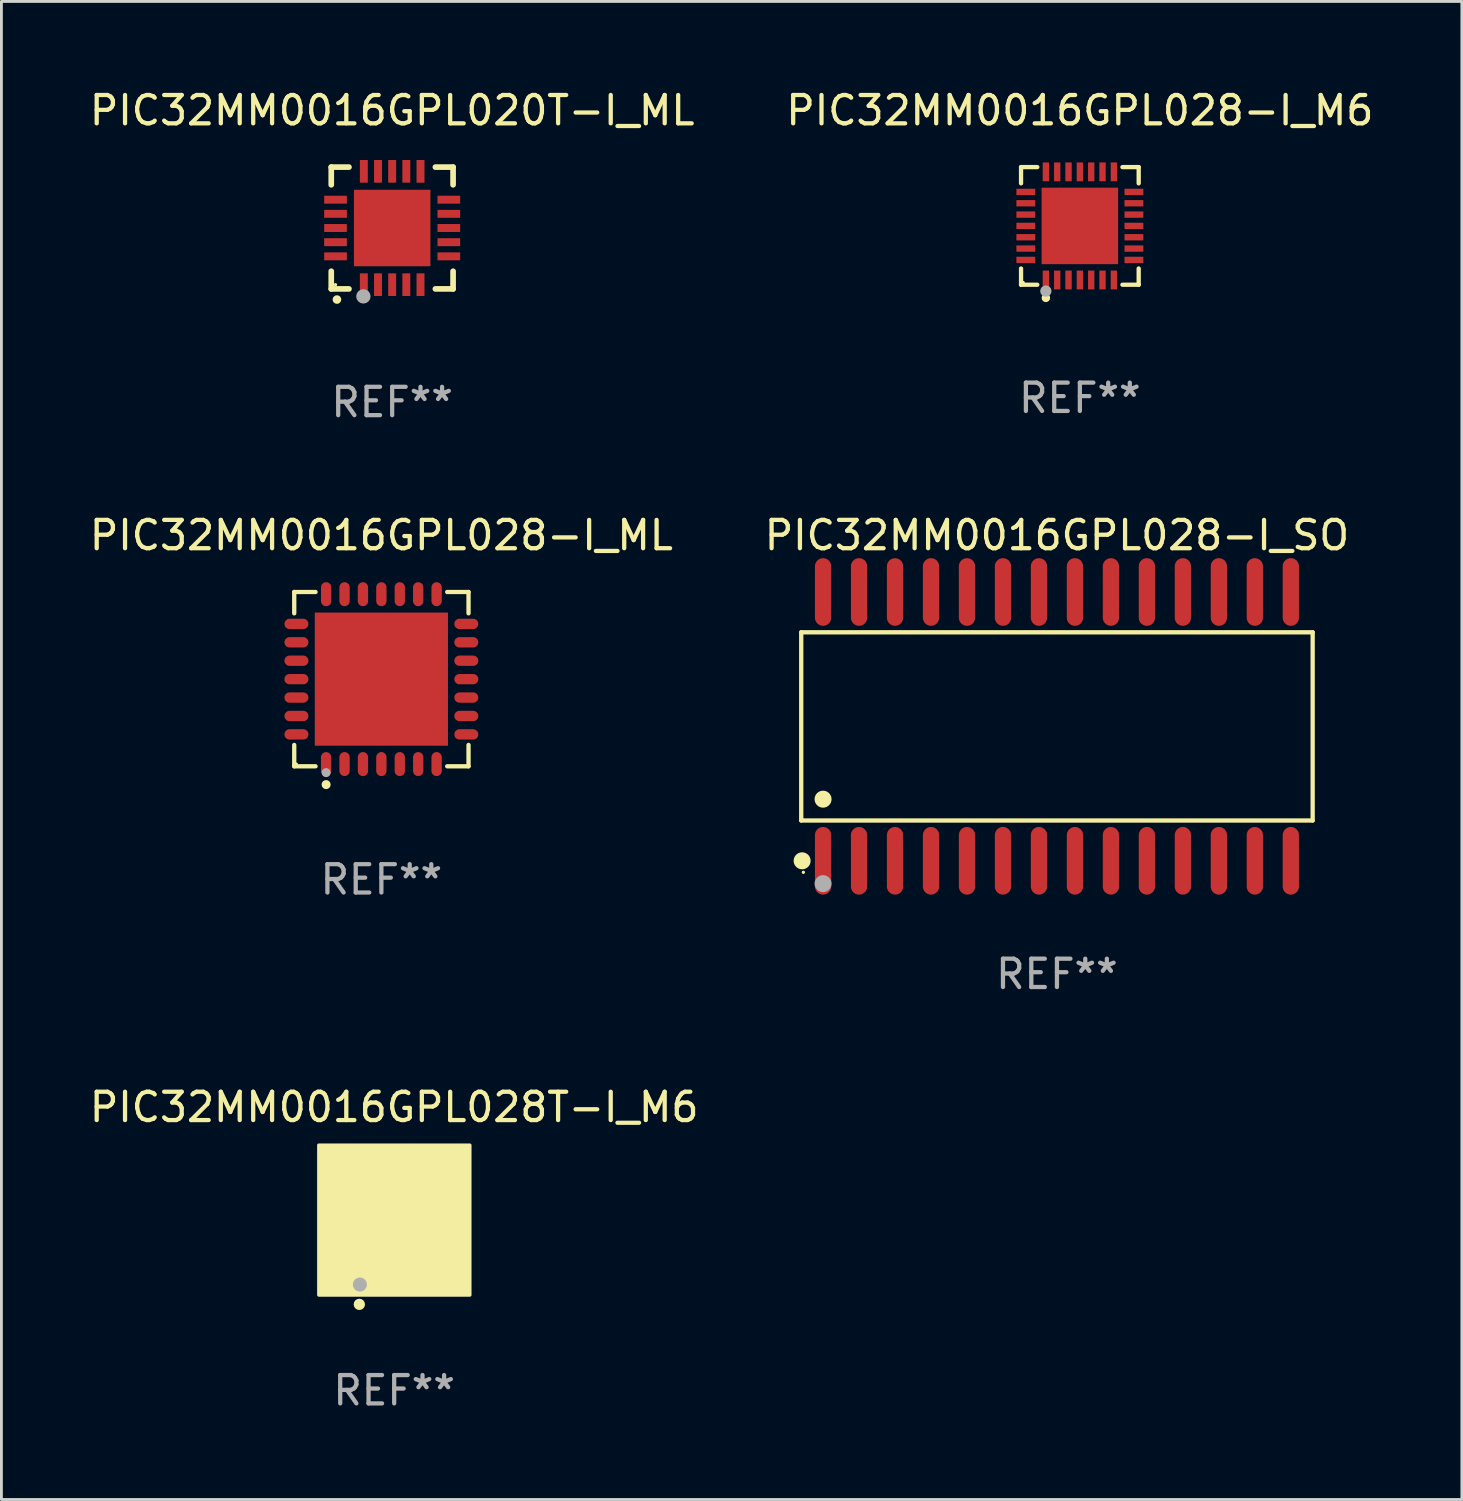
<source format=kicad_pcb>
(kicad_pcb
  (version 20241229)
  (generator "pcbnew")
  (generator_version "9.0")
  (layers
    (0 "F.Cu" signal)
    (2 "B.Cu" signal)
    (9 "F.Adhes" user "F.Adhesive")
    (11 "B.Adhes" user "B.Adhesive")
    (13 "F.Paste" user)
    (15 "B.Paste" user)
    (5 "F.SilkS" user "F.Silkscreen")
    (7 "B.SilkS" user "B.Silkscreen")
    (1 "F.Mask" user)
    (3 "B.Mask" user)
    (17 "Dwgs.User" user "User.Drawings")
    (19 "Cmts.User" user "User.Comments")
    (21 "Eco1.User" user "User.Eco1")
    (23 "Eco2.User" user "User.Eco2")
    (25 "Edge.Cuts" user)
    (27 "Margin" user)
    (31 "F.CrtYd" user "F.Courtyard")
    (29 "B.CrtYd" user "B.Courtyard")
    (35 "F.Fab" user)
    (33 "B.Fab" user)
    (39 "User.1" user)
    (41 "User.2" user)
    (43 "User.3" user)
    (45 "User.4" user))
  (footprint "PIC32MM0016GPL028-I_M6"
    (layer "F.Cu")
    (at 35.065 4.924)
    (property "Reference" "PIC32MM0016GPL028-I_M6" (at 0 -4.076 0) (layer "F.SilkS") (effects (font (size 1 1) (thickness 0.15))))
    (attr through_hole)
    (fp_line (start -2.076 -2.076) (end -1.503 -2.076) (stroke (width 0.152) (type solid)) (layer "F.SilkS"))
    (fp_line (start -2.076 -1.503) (end -2.076 -2.076) (stroke (width 0.152) (type solid)) (layer "F.SilkS"))
    (fp_line (start -2.076 1.503) (end -2.076 2.076) (stroke (width 0.152) (type solid)) (layer "F.SilkS"))
    (fp_line (start -2.076 2.076) (end -1.503 2.076) (stroke (width 0.152) (type solid)) (layer "F.SilkS"))
    (fp_line (start 2.076 -2.076) (end 1.503 -2.076) (stroke (width 0.152) (type solid)) (layer "F.SilkS"))
    (fp_line (start 2.076 -1.503) (end 2.076 -2.076) (stroke (width 0.152) (type solid)) (layer "F.SilkS"))
    (fp_line (start 2.076 1.503) (end 2.076 2.076) (stroke (width 0.152) (type solid)) (layer "F.SilkS"))
    (fp_line (start 2.076 2.076) (end 1.503 2.076) (stroke (width 0.152) (type solid)) (layer "F.SilkS"))
    (fp_circle (center -2 2) (end -1.97 2) (stroke (width 0.06) (type solid)) (fill no) (layer "F.SilkS"))
    (fp_circle (center -1.2 2.54) (end -1.125 2.54) (stroke (width 0.15) (type solid)) (fill no) (layer "F.SilkS"))
    (fp_circle (center -1.2 2.3) (end -1.1 2.3) (stroke (width 0.2) (type solid)) (fill no) (layer "F.Fab"))
    (fp_text user "REF**" (at 0 6.076 0) (layer "F.Fab") (effects (font (size 1 1) (thickness 0.15))))
    (pad "1" smd rect (at -1.2 1.908) (size 0.224 0.665) (layers "F.Cu" "F.Mask" "F.Paste"))
    (pad "2" smd rect (at -0.8 1.908) (size 0.224 0.665) (layers "F.Cu" "F.Mask" "F.Paste"))
    (pad "3" smd rect (at -0.4 1.908) (size 0.224 0.665) (layers "F.Cu" "F.Mask" "F.Paste"))
    (pad "4" smd rect (at 0 1.908) (size 0.224 0.665) (layers "F.Cu" "F.Mask" "F.Paste"))
    (pad "5" smd rect (at 0.4 1.908) (size 0.224 0.665) (layers "F.Cu" "F.Mask" "F.Paste"))
    (pad "6" smd rect (at 0.8 1.908) (size 0.224 0.665) (layers "F.Cu" "F.Mask" "F.Paste"))
    (pad "7" smd rect (at 1.2 1.908) (size 0.224 0.665) (layers "F.Cu" "F.Mask" "F.Paste"))
    (pad "8" smd rect (at 1.908 1.2) (size 0.665 0.224) (layers "F.Cu" "F.Mask" "F.Paste"))
    (pad "9" smd rect (at 1.908 0.8) (size 0.665 0.224) (layers "F.Cu" "F.Mask" "F.Paste"))
    (pad "10" smd rect (at 1.908 0.4) (size 0.665 0.224) (layers "F.Cu" "F.Mask" "F.Paste"))
    (pad "11" smd rect (at 1.908 0) (size 0.665 0.224) (layers "F.Cu" "F.Mask" "F.Paste"))
    (pad "12" smd rect (at 1.908 -0.4) (size 0.665 0.224) (layers "F.Cu" "F.Mask" "F.Paste"))
    (pad "13" smd rect (at 1.908 -0.8) (size 0.665 0.224) (layers "F.Cu" "F.Mask" "F.Paste"))
    (pad "14" smd rect (at 1.908 -1.2) (size 0.665 0.224) (layers "F.Cu" "F.Mask" "F.Paste"))
    (pad "15" smd rect (at 1.2 -1.908) (size 0.224 0.665) (layers "F.Cu" "F.Mask" "F.Paste"))
    (pad "16" smd rect (at 0.8 -1.908) (size 0.224 0.665) (layers "F.Cu" "F.Mask" "F.Paste"))
    (pad "17" smd rect (at 0.4 -1.908) (size 0.224 0.665) (layers "F.Cu" "F.Mask" "F.Paste"))
    (pad "18" smd rect (at 0 -1.908) (size 0.224 0.665) (layers "F.Cu" "F.Mask" "F.Paste"))
    (pad "19" smd rect (at -0.4 -1.908) (size 0.224 0.665) (layers "F.Cu" "F.Mask" "F.Paste"))
    (pad "20" smd rect (at -0.8 -1.908) (size 0.224 0.665) (layers "F.Cu" "F.Mask" "F.Paste"))
    (pad "21" smd rect (at -1.2 -1.908) (size 0.224 0.665) (layers "F.Cu" "F.Mask" "F.Paste"))
    (pad "22" smd rect (at -1.908 -1.2) (size 0.665 0.224) (layers "F.Cu" "F.Mask" "F.Paste"))
    (pad "23" smd rect (at -1.908 -0.8) (size 0.665 0.224) (layers "F.Cu" "F.Mask" "F.Paste"))
    (pad "24" smd rect (at -1.908 -0.4) (size 0.665 0.224) (layers "F.Cu" "F.Mask" "F.Paste"))
    (pad "25" smd rect (at -1.908 0) (size 0.665 0.224) (layers "F.Cu" "F.Mask" "F.Paste"))
    (pad "26" smd rect (at -1.908 0.4) (size 0.665 0.224) (layers "F.Cu" "F.Mask" "F.Paste"))
    (pad "27" smd rect (at -1.908 0.8) (size 0.665 0.224) (layers "F.Cu" "F.Mask" "F.Paste"))
    (pad "28" smd rect (at -1.908 1.2) (size 0.665 0.224) (layers "F.Cu" "F.Mask" "F.Paste"))
    (pad "29" smd rect (at 0 0) (size 2.7 2.7) (layers "F.Cu" "F.Mask" "F.Paste")))
  (footprint "PIC32MM0016GPL028-I_ML"
    (layer "F.Cu")
    (at 10.411 20.921)
    (property "Reference" "PIC32MM0016GPL028-I_ML" (at 0 -5.076 0) (layer "F.SilkS") (effects (font (size 1 1) (thickness 0.15))))
    (attr through_hole)
    (fp_line (start -3.076 -3.076) (end -2.323 -3.076) (stroke (width 0.152) (type solid)) (layer "F.SilkS"))
    (fp_line (start -3.076 -2.323) (end -3.076 -3.076) (stroke (width 0.152) (type solid)) (layer "F.SilkS"))
    (fp_line (start -3.076 2.323) (end -3.076 3.076) (stroke (width 0.152) (type solid)) (layer "F.SilkS"))
    (fp_line (start -3.076 3.076) (end -2.323 3.076) (stroke (width 0.152) (type solid)) (layer "F.SilkS"))
    (fp_line (start 3.076 -3.076) (end 2.323 -3.076) (stroke (width 0.152) (type solid)) (layer "F.SilkS"))
    (fp_line (start 3.076 -2.323) (end 3.076 -3.076) (stroke (width 0.152) (type solid)) (layer "F.SilkS"))
    (fp_line (start 3.076 2.323) (end 3.076 3.076) (stroke (width 0.152) (type solid)) (layer "F.SilkS"))
    (fp_line (start 3.076 3.076) (end 2.323 3.076) (stroke (width 0.152) (type solid)) (layer "F.SilkS"))
    (fp_circle (center -3 3) (end -2.97 3) (stroke (width 0.06) (type solid)) (fill no) (layer "F.SilkS"))
    (fp_circle (center -1.95 3.722) (end -1.87 3.722) (stroke (width 0.16) (type solid)) (fill no) (layer "F.SilkS"))
    (fp_circle (center -1.95 3.3) (end -1.87 3.3) (stroke (width 0.16) (type solid)) (fill no) (layer "F.Fab"))
    (fp_text user "REF**" (at 0 7.076 0) (layer "F.Fab") (effects (font (size 1 1) (thickness 0.15))))
    (pad "1" smd oval (at -1.95 2.998) (size 0.364 0.847) (layers "F.Cu" "F.Mask" "F.Paste"))
    (pad "2" smd oval (at -1.3 2.998) (size 0.364 0.847) (layers "F.Cu" "F.Mask" "F.Paste"))
    (pad "3" smd oval (at -0.65 2.998) (size 0.364 0.847) (layers "F.Cu" "F.Mask" "F.Paste"))
    (pad "4" smd oval (at 0 2.998) (size 0.364 0.847) (layers "F.Cu" "F.Mask" "F.Paste"))
    (pad "5" smd oval (at 0.65 2.998) (size 0.364 0.847) (layers "F.Cu" "F.Mask" "F.Paste"))
    (pad "6" smd oval (at 1.3 2.998) (size 0.364 0.847) (layers "F.Cu" "F.Mask" "F.Paste"))
    (pad "7" smd oval (at 1.95 2.998) (size 0.364 0.847) (layers "F.Cu" "F.Mask" "F.Paste"))
    (pad "8" smd oval (at 2.998 1.95) (size 0.847 0.364) (layers "F.Cu" "F.Mask" "F.Paste"))
    (pad "9" smd oval (at 2.998 1.3) (size 0.847 0.364) (layers "F.Cu" "F.Mask" "F.Paste"))
    (pad "10" smd oval (at 2.998 0.65) (size 0.847 0.364) (layers "F.Cu" "F.Mask" "F.Paste"))
    (pad "11" smd oval (at 2.998 0) (size 0.847 0.364) (layers "F.Cu" "F.Mask" "F.Paste"))
    (pad "12" smd oval (at 2.998 -0.65) (size 0.847 0.364) (layers "F.Cu" "F.Mask" "F.Paste"))
    (pad "13" smd oval (at 2.998 -1.3) (size 0.847 0.364) (layers "F.Cu" "F.Mask" "F.Paste"))
    (pad "14" smd oval (at 2.998 -1.95) (size 0.847 0.364) (layers "F.Cu" "F.Mask" "F.Paste"))
    (pad "15" smd oval (at 1.95 -2.998) (size 0.364 0.847) (layers "F.Cu" "F.Mask" "F.Paste"))
    (pad "16" smd oval (at 1.3 -2.998) (size 0.364 0.847) (layers "F.Cu" "F.Mask" "F.Paste"))
    (pad "17" smd oval (at 0.65 -2.998) (size 0.364 0.847) (layers "F.Cu" "F.Mask" "F.Paste"))
    (pad "18" smd oval (at 0 -2.998) (size 0.364 0.847) (layers "F.Cu" "F.Mask" "F.Paste"))
    (pad "19" smd oval (at -0.65 -2.998) (size 0.364 0.847) (layers "F.Cu" "F.Mask" "F.Paste"))
    (pad "20" smd oval (at -1.3 -2.998) (size 0.364 0.847) (layers "F.Cu" "F.Mask" "F.Paste"))
    (pad "21" smd oval (at -1.95 -2.998) (size 0.364 0.847) (layers "F.Cu" "F.Mask" "F.Paste"))
    (pad "22" smd oval (at -2.998 -1.95) (size 0.847 0.364) (layers "F.Cu" "F.Mask" "F.Paste"))
    (pad "23" smd oval (at -2.998 -1.3) (size 0.847 0.364) (layers "F.Cu" "F.Mask" "F.Paste"))
    (pad "24" smd oval (at -2.998 -0.65) (size 0.847 0.364) (layers "F.Cu" "F.Mask" "F.Paste"))
    (pad "25" smd oval (at -2.998 0) (size 0.847 0.364) (layers "F.Cu" "F.Mask" "F.Paste"))
    (pad "26" smd oval (at -2.998 0.65) (size 0.847 0.364) (layers "F.Cu" "F.Mask" "F.Paste"))
    (pad "27" smd oval (at -2.998 1.3) (size 0.847 0.364) (layers "F.Cu" "F.Mask" "F.Paste"))
    (pad "28" smd oval (at -2.998 1.95) (size 0.847 0.364) (layers "F.Cu" "F.Mask" "F.Paste"))
    (pad "29" smd rect (at 0 0) (size 4.7 4.7) (layers "F.Cu" "F.Mask" "F.Paste")))
  (footprint "PIC32MM0016GPL028T-I_M6"
    (layer "F.Cu")
    (at 10.863 40.029)
    (property "Reference" "PIC32MM0016GPL028T-I_M6" (at 0 -4 0) (layer "F.SilkS") (effects (font (size 1 1) (thickness 0.15))))
    (attr through_hole)
    (fp_circle (center -2 2) (end -1.97 2) (stroke (width 0.06) (type solid)) (fill no) (layer "F.SilkS"))
    (fp_circle (center -1.23 2.96) (end -1.13 2.96) (stroke (width 0.2) (type solid)) (fill no) (layer "F.SilkS"))
    (fp_poly (pts (xy -2.66 -2.66) (xy 2.67 -2.66) (xy 2.67 2.63) (xy -2.66 2.63)) (stroke (width 0.12) (type solid)) (fill yes) (layer "F.SilkS"))
    (fp_circle (center -1.21 2.26) (end -1.085 2.26) (stroke (width 0.25) (type solid)) (fill no) (layer "F.Fab"))
    (fp_text user "REF**" (at 0 6 0) (layer "F.Fab") (effects (font (size 1 1) (thickness 0.15))))
    (pad "1" smd rect (at -1.2 2 180) (size 0.2 0.85) (layers "F.Cu" "F.Mask" "F.Paste"))
    (pad "2" smd rect (at -0.8 2 180) (size 0.2 0.85) (layers "F.Cu" "F.Mask" "F.Paste"))
    (pad "3" smd rect (at -0.4 2 180) (size 0.2 0.85) (layers "F.Cu" "F.Mask" "F.Paste"))
    (pad "4" smd rect (at -0.000025 2 180) (size 0.2 0.85) (layers "F.Cu" "F.Mask" "F.Paste"))
    (pad "5" smd rect (at 0.4 2 180) (size 0.2 0.85) (layers "F.Cu" "F.Mask" "F.Paste"))
    (pad "6" smd rect (at 0.8 2 180) (size 0.2 0.85) (layers "F.Cu" "F.Mask" "F.Paste"))
    (pad "7" smd rect (at 1.2 2 180) (size 0.2 0.85) (layers "F.Cu" "F.Mask" "F.Paste"))
    (pad "8" smd rect (at 2 1.2 270) (size 0.2 0.85) (layers "F.Cu" "F.Mask" "F.Paste"))
    (pad "9" smd rect (at 2 0.8 270) (size 0.2 0.85) (layers "F.Cu" "F.Mask" "F.Paste"))
    (pad "10" smd rect (at 2 0.4 270) (size 0.2 0.85) (layers "F.Cu" "F.Mask" "F.Paste"))
    (pad "11" smd rect (at 2 -0.000025 270) (size 0.2 0.85) (layers "F.Cu" "F.Mask" "F.Paste"))
    (pad "12" smd rect (at 2 -0.4 270) (size 0.2 0.85) (layers "F.Cu" "F.Mask" "F.Paste"))
    (pad "13" smd rect (at 2 -0.8 270) (size 0.2 0.85) (layers "F.Cu" "F.Mask" "F.Paste"))
    (pad "14" smd rect (at 2 -1.2 270) (size 0.2 0.85) (layers "F.Cu" "F.Mask" "F.Paste"))
    (pad "15" smd rect (at 1.2 -2) (size 0.2 0.85) (layers "F.Cu" "F.Mask" "F.Paste"))
    (pad "16" smd rect (at 0.8 -2) (size 0.2 0.85) (layers "F.Cu" "F.Mask" "F.Paste"))
    (pad "17" smd rect (at 0.4 -2) (size 0.2 0.85) (layers "F.Cu" "F.Mask" "F.Paste"))
    (pad "18" smd rect (at -0.000051 -2) (size 0.2 0.85) (layers "F.Cu" "F.Mask" "F.Paste"))
    (pad "19" smd rect (at -0.4 -2) (size 0.2 0.85) (layers "F.Cu" "F.Mask" "F.Paste"))
    (pad "20" smd rect (at -0.8 -2) (size 0.2 0.85) (layers "F.Cu" "F.Mask" "F.Paste"))
    (pad "21" smd rect (at -1.2 -2) (size 0.2 0.85) (layers "F.Cu" "F.Mask" "F.Paste"))
    (pad "22" smd rect (at -2 -1.2 90) (size 0.2 0.85) (layers "F.Cu" "F.Mask" "F.Paste"))
    (pad "23" smd rect (at -2 -0.8 90) (size 0.2 0.85) (layers "F.Cu" "F.Mask" "F.Paste"))
    (pad "24" smd rect (at -2 -0.4 90) (size 0.2 0.85) (layers "F.Cu" "F.Mask" "F.Paste"))
    (pad "25" smd rect (at -2 -0.000025 90) (size 0.2 0.85) (layers "F.Cu" "F.Mask" "F.Paste"))
    (pad "26" smd rect (at -2 0.4 90) (size 0.2 0.85) (layers "F.Cu" "F.Mask" "F.Paste"))
    (pad "27" smd rect (at -2 0.8 90) (size 0.2 0.85) (layers "F.Cu" "F.Mask" "F.Paste"))
    (pad "28" smd rect (at -2 1.2 90) (size 0.2 0.85) (layers "F.Cu" "F.Mask" "F.Paste"))
    (pad "29" smd rect (at -1.95 -1.95 90) (size 0.78 0.78) (layers "F.Cu" "F.Mask" "F.Paste"))
    (pad "29" smd rect (at -1.95 1.95 90) (size 0.78 0.78) (layers "F.Cu" "F.Mask" "F.Paste"))
    (pad "29" smd rect (at 0.000254 0 90) (size 2 2) (layers "F.Cu" "F.Mask" "F.Paste"))
    (pad "29" smd rect (at 1.95 -1.95 90) (size 0.78 0.78) (layers "F.Cu" "F.Mask" "F.Paste"))
    (pad "29" smd rect (at 1.95 1.95 90) (size 0.78 0.78) (layers "F.Cu" "F.Mask" "F.Paste")))
  (footprint "PIC32MM0016GPL020T-I_ML"
    (layer "F.Cu")
    (at 10.792 4.998)
    (property "Reference" "PIC32MM0016GPL020T-I_ML" (at 0 -4.15 0) (layer "F.SilkS") (effects (font (size 1 1) (thickness 0.15))))
    (attr through_hole)
    (fp_line (start -2.15 -2.15) (end -2.15 -1.525) (stroke (width 0.2) (type solid)) (layer "F.SilkS"))
    (fp_line (start -2.15 2.15) (end -2.15 1.525) (stroke (width 0.2) (type solid)) (layer "F.SilkS"))
    (fp_line (start -1.525 -2.15) (end -2.15 -2.15) (stroke (width 0.2) (type solid)) (layer "F.SilkS"))
    (fp_line (start -1.525 2.15) (end -2.15 2.15) (stroke (width 0.2) (type solid)) (layer "F.SilkS"))
    (fp_line (start 1.525 2.15) (end 2.15 2.15) (stroke (width 0.2) (type solid)) (layer "F.SilkS"))
    (fp_line (start 2.15 -2.15) (end 1.525 -2.15) (stroke (width 0.2) (type solid)) (layer "F.SilkS"))
    (fp_line (start 2.15 -1.525) (end 2.15 -2.15) (stroke (width 0.2) (type solid)) (layer "F.SilkS"))
    (fp_line (start 2.15 2.15) (end 2.15 1.525) (stroke (width 0.2) (type solid)) (layer "F.SilkS"))
    (fp_arc (start -1.950724 2.524765) (mid -1.949454 2.52476) (end -1.948184 2.524765) (stroke (width 0.3) (type solid)) (layer "F.SilkS"))
    (fp_circle (center -2 2) (end -1.97 2) (stroke (width 0.06) (type solid)) (fill no) (layer "F.SilkS"))
    (fp_circle (center -1.016 2.413) (end -0.889 2.413) (stroke (width 0.254) (type solid)) (fill no) (layer "F.Fab"))
    (fp_text user "REF**" (at 0 6.15 0) (layer "F.Fab") (effects (font (size 1 1) (thickness 0.15))))
    (pad "1" smd rect (at -1 2) (size 0.28 0.8) (layers "F.Cu" "F.Mask" "F.Paste"))
    (pad "2" smd rect (at -0.5 2) (size 0.28 0.8) (layers "F.Cu" "F.Mask" "F.Paste"))
    (pad "3" smd rect (at 0 2) (size 0.28 0.8) (layers "F.Cu" "F.Mask" "F.Paste"))
    (pad "4" smd rect (at 0.5 2) (size 0.28 0.8) (layers "F.Cu" "F.Mask" "F.Paste"))
    (pad "5" smd rect (at 1 2) (size 0.28 0.8) (layers "F.Cu" "F.Mask" "F.Paste"))
    (pad "6" smd rect (at 2 1) (size 0.8 0.28) (layers "F.Cu" "F.Mask" "F.Paste"))
    (pad "7" smd rect (at 2 0.5) (size 0.8 0.28) (layers "F.Cu" "F.Mask" "F.Paste"))
    (pad "8" smd rect (at 2 0) (size 0.8 0.28) (layers "F.Cu" "F.Mask" "F.Paste"))
    (pad "9" smd rect (at 2 -0.5) (size 0.8 0.28) (layers "F.Cu" "F.Mask" "F.Paste"))
    (pad "10" smd rect (at 2 -1) (size 0.8 0.28) (layers "F.Cu" "F.Mask" "F.Paste"))
    (pad "11" smd rect (at 1 -2) (size 0.28 0.8) (layers "F.Cu" "F.Mask" "F.Paste"))
    (pad "12" smd rect (at 0.5 -2) (size 0.28 0.8) (layers "F.Cu" "F.Mask" "F.Paste"))
    (pad "13" smd rect (at 0 -2) (size 0.28 0.8) (layers "F.Cu" "F.Mask" "F.Paste"))
    (pad "14" smd rect (at -0.5 -2) (size 0.28 0.8) (layers "F.Cu" "F.Mask" "F.Paste"))
    (pad "15" smd rect (at -1 -2) (size 0.28 0.8) (layers "F.Cu" "F.Mask" "F.Paste"))
    (pad "16" smd rect (at -2 -1) (size 0.8 0.28) (layers "F.Cu" "F.Mask" "F.Paste"))
    (pad "17" smd rect (at -2 -0.5) (size 0.8 0.28) (layers "F.Cu" "F.Mask" "F.Paste"))
    (pad "18" smd rect (at -2 0) (size 0.8 0.28) (layers "F.Cu" "F.Mask" "F.Paste"))
    (pad "19" smd rect (at -2 0.5) (size 0.8 0.28) (layers "F.Cu" "F.Mask" "F.Paste"))
    (pad "20" smd rect (at -2 1) (size 0.8 0.28) (layers "F.Cu" "F.Mask" "F.Paste"))
    (pad "21" smd rect (at 0 0) (size 2.7 2.7) (layers "F.Cu" "F.Mask" "F.Paste")))
  (footprint "PIC32MM0016GPL028-I_SO"
    (layer "F.Cu")
    (at 34.256 22.589)
    (property "Reference" "PIC32MM0016GPL028-I_SO" (at 0 -6.744 0) (layer "F.SilkS") (effects (font (size 1 1) (thickness 0.15))))
    (attr through_hole)
    (fp_line (start -9.026 -3.321) (end 9.026 -3.321) (stroke (width 0.152) (type solid)) (layer "F.SilkS"))
    (fp_line (start -9.026 3.321) (end -9.026 -3.321) (stroke (width 0.152) (type solid)) (layer "F.SilkS"))
    (fp_line (start 9.026 -3.321) (end 9.026 3.321) (stroke (width 0.152) (type solid)) (layer "F.SilkS"))
    (fp_line (start 9.026 3.321) (end -9.026 3.321) (stroke (width 0.152) (type solid)) (layer "F.SilkS"))
    (fp_circle (center -8.994 4.744) (end -8.844 4.744) (stroke (width 0.3) (type solid)) (fill no) (layer "F.SilkS"))
    (fp_circle (center -8.95 5.15) (end -8.92 5.15) (stroke (width 0.06) (type solid)) (fill no) (layer "F.SilkS"))
    (fp_circle (center -8.255 2.569) (end -8.105 2.569) (stroke (width 0.3) (type solid)) (fill no) (layer "F.SilkS"))
    (fp_circle (center -8.255 5.55) (end -8.105 5.55) (stroke (width 0.3) (type solid)) (fill no) (layer "F.Fab"))
    (fp_text user "REF**" (at 0 8.744 0) (layer "F.Fab") (effects (font (size 1 1) (thickness 0.15))))
    (pad "1" smd oval (at -8.255 4.744) (size 0.574 2.388) (layers "F.Cu" "F.Mask" "F.Paste"))
    (pad "2" smd oval (at -6.985 4.744) (size 0.574 2.388) (layers "F.Cu" "F.Mask" "F.Paste"))
    (pad "3" smd oval (at -5.715 4.744) (size 0.574 2.388) (layers "F.Cu" "F.Mask" "F.Paste"))
    (pad "4" smd oval (at -4.445 4.744) (size 0.574 2.388) (layers "F.Cu" "F.Mask" "F.Paste"))
    (pad "5" smd oval (at -3.175 4.744) (size 0.574 2.388) (layers "F.Cu" "F.Mask" "F.Paste"))
    (pad "6" smd oval (at -1.905 4.744) (size 0.574 2.388) (layers "F.Cu" "F.Mask" "F.Paste"))
    (pad "7" smd oval (at -0.635 4.744) (size 0.574 2.388) (layers "F.Cu" "F.Mask" "F.Paste"))
    (pad "8" smd oval (at 0.635 4.744) (size 0.574 2.388) (layers "F.Cu" "F.Mask" "F.Paste"))
    (pad "9" smd oval (at 1.905 4.744) (size 0.574 2.388) (layers "F.Cu" "F.Mask" "F.Paste"))
    (pad "10" smd oval (at 3.175 4.744) (size 0.574 2.388) (layers "F.Cu" "F.Mask" "F.Paste"))
    (pad "11" smd oval (at 4.445 4.744) (size 0.574 2.388) (layers "F.Cu" "F.Mask" "F.Paste"))
    (pad "12" smd oval (at 5.715 4.744) (size 0.574 2.388) (layers "F.Cu" "F.Mask" "F.Paste"))
    (pad "13" smd oval (at 6.985 4.744) (size 0.574 2.388) (layers "F.Cu" "F.Mask" "F.Paste"))
    (pad "14" smd oval (at 8.255 4.744) (size 0.574 2.388) (layers "F.Cu" "F.Mask" "F.Paste"))
    (pad "15" smd oval (at 8.255 -4.744) (size 0.574 2.388) (layers "F.Cu" "F.Mask" "F.Paste"))
    (pad "16" smd oval (at 6.985 -4.744) (size 0.574 2.388) (layers "F.Cu" "F.Mask" "F.Paste"))
    (pad "17" smd oval (at 5.715 -4.744) (size 0.574 2.388) (layers "F.Cu" "F.Mask" "F.Paste"))
    (pad "18" smd oval (at 4.445 -4.744) (size 0.574 2.388) (layers "F.Cu" "F.Mask" "F.Paste"))
    (pad "19" smd oval (at 3.175 -4.744) (size 0.574 2.388) (layers "F.Cu" "F.Mask" "F.Paste"))
    (pad "20" smd oval (at 1.905 -4.744) (size 0.574 2.388) (layers "F.Cu" "F.Mask" "F.Paste"))
    (pad "21" smd oval (at 0.635 -4.744) (size 0.574 2.388) (layers "F.Cu" "F.Mask" "F.Paste"))
    (pad "22" smd oval (at -0.635 -4.744) (size 0.574 2.388) (layers "F.Cu" "F.Mask" "F.Paste"))
    (pad "23" smd oval (at -1.905 -4.744) (size 0.574 2.388) (layers "F.Cu" "F.Mask" "F.Paste"))
    (pad "24" smd oval (at -3.175 -4.744) (size 0.574 2.388) (layers "F.Cu" "F.Mask" "F.Paste"))
    (pad "25" smd oval (at -4.445 -4.744) (size 0.574 2.388) (layers "F.Cu" "F.Mask" "F.Paste"))
    (pad "26" smd oval (at -5.715 -4.744) (size 0.574 2.388) (layers "F.Cu" "F.Mask" "F.Paste"))
    (pad "27" smd oval (at -6.985 -4.744) (size 0.574 2.388) (layers "F.Cu" "F.Mask" "F.Paste"))
    (pad "28" smd oval (at -8.255 -4.744) (size 0.574 2.388) (layers "F.Cu" "F.Mask" "F.Paste")))
  (gr_rect
    (start -3 -3)
    (end 48.548 49.877)
    (stroke (width 0.1) (type default))
    (fill no)
    (layer "Edge.Cuts")))
</source>
